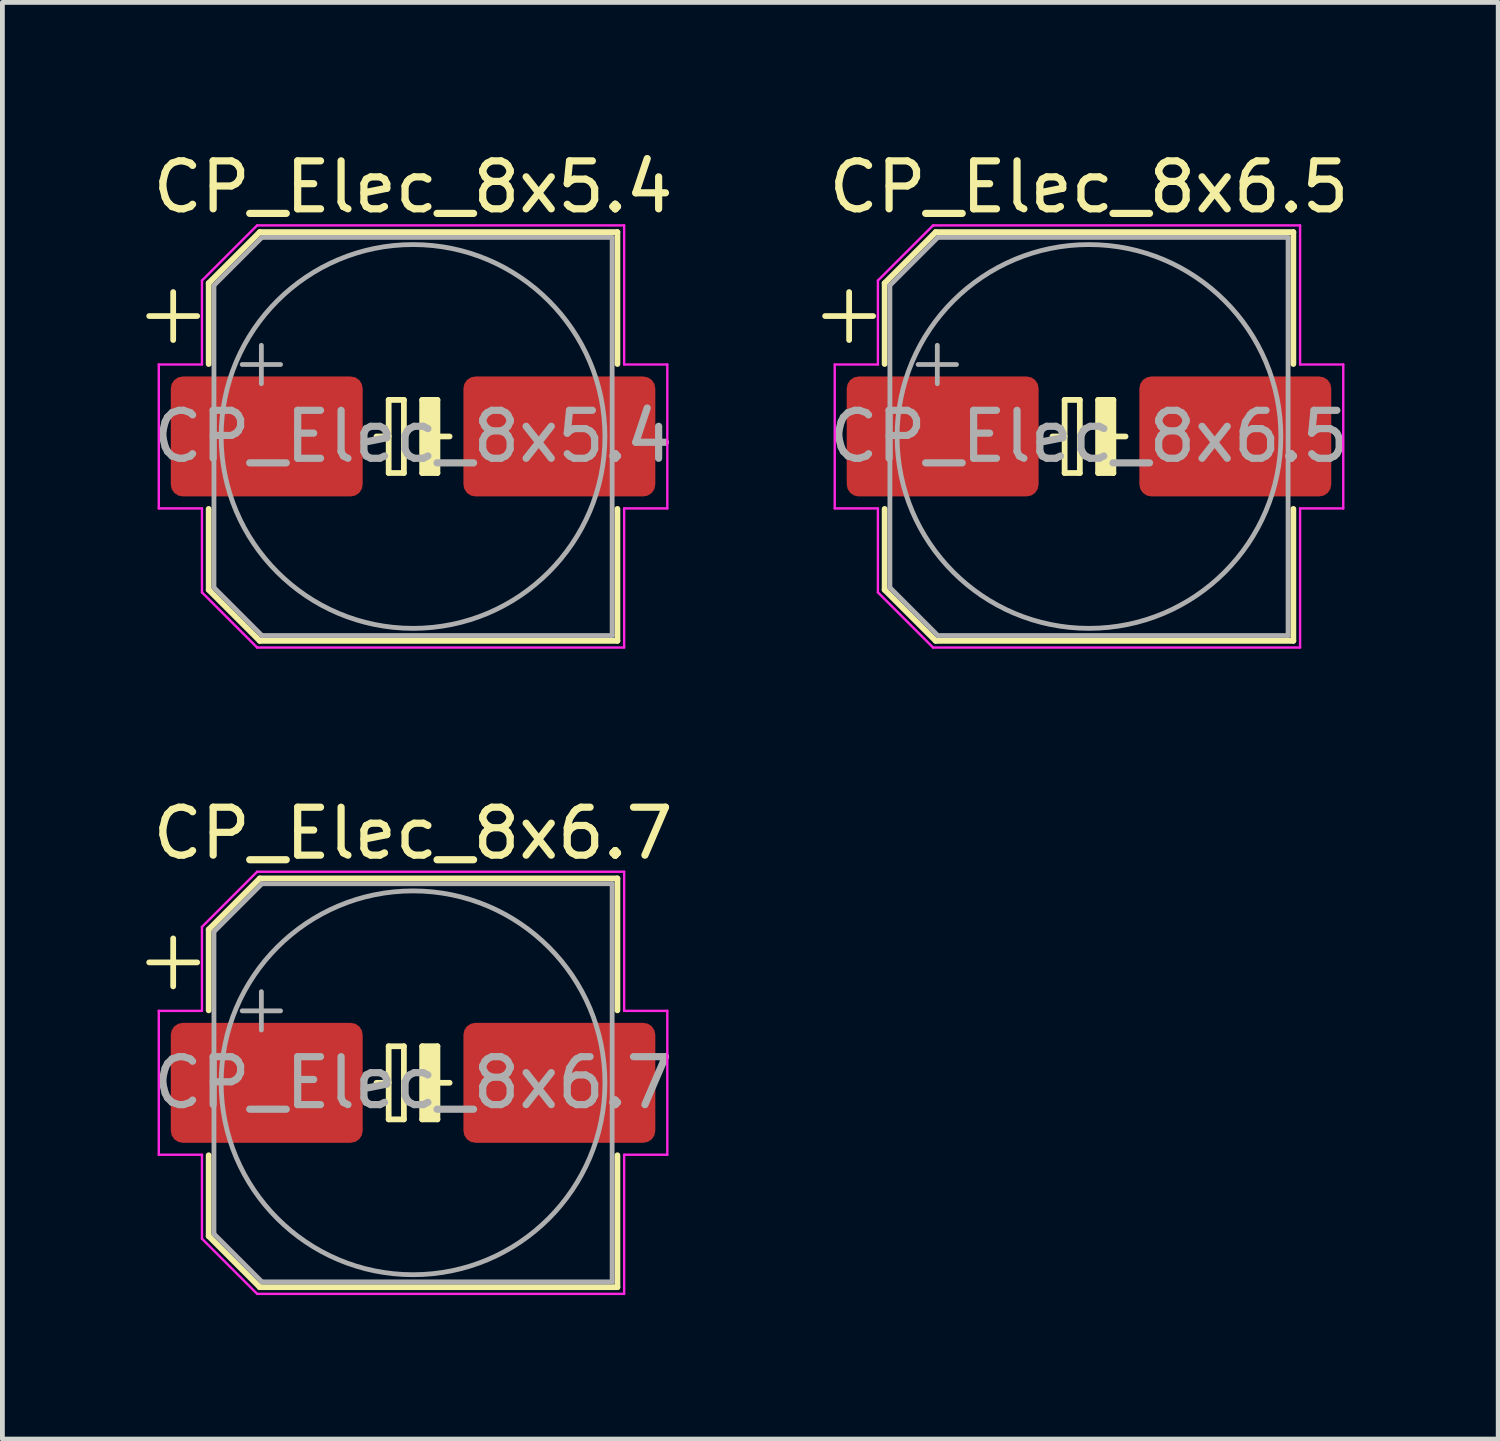
<source format=kicad_pcb>
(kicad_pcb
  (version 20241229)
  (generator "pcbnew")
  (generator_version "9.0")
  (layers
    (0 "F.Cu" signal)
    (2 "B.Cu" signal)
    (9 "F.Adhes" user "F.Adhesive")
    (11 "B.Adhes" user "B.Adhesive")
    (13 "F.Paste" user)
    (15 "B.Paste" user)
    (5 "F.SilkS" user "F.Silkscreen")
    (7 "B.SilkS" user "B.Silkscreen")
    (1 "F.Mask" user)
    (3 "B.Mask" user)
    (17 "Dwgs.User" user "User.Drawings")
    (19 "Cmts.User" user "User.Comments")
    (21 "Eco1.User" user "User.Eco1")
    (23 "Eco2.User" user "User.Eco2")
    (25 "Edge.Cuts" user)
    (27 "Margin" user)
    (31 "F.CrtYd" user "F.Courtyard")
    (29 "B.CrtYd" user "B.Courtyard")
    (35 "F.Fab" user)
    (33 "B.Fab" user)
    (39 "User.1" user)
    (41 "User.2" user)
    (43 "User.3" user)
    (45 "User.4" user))
  (footprint "CP_Elec_8x6.5"
    (layer "F.Cu")
    (at 19.65 6.048)
    (property "Reference" "CP_Elec_8x6.5" (at 0 -5.2 0) (layer "F.SilkS") (effects (font (size 1 1) (thickness 0.15))))
    (attr smd)
    (fp_line (start -5.5 -2.51) (end -4.5 -2.51) (stroke (width 0.12) (type solid)) (layer "F.SilkS"))
    (fp_line (start -5 -3.01) (end -5 -2.01) (stroke (width 0.12) (type solid)) (layer "F.SilkS"))
    (fp_line (start -4.26 -3.196) (end -4.26 -1.51) (stroke (width 0.12) (type solid)) (layer "F.SilkS"))
    (fp_line (start -4.26 -3.196) (end -3.196 -4.26) (stroke (width 0.12) (type solid)) (layer "F.SilkS"))
    (fp_line (start -4.26 3.196) (end -4.26 1.51) (stroke (width 0.12) (type solid)) (layer "F.SilkS"))
    (fp_line (start -4.26 3.196) (end -3.196 4.26) (stroke (width 0.12) (type solid)) (layer "F.SilkS"))
    (fp_line (start -3.196 -4.26) (end 4.26 -4.26) (stroke (width 0.12) (type solid)) (layer "F.SilkS"))
    (fp_line (start -3.196 4.26) (end 4.26 4.26) (stroke (width 0.12) (type solid)) (layer "F.SilkS"))
    (fp_line (start -0.508 0) (end -0.762 0) (stroke (width 0.12) (type solid)) (layer "F.SilkS"))
    (fp_line (start -0.508 0.762) (end -0.508 -0.762) (stroke (width 0.12) (type solid)) (layer "F.SilkS"))
    (fp_line (start -0.508 0.762) (end -0.191 0.762) (stroke (width 0.12) (type solid)) (layer "F.SilkS"))
    (fp_line (start -0.191 -0.762) (end -0.508 -0.762) (stroke (width 0.12) (type solid)) (layer "F.SilkS"))
    (fp_line (start -0.191 -0.762) (end -0.191 0.762) (stroke (width 0.12) (type solid)) (layer "F.SilkS"))
    (fp_line (start 0.191 -0.762) (end 0.191 -0.191) (stroke (width 0.12) (type solid)) (layer "F.SilkS"))
    (fp_line (start 0.191 -0.254) (end 0.191 0.762) (stroke (width 0.12) (type solid)) (layer "F.SilkS"))
    (fp_line (start 0.191 0.762) (end 0.508 0.762) (stroke (width 0.12) (type solid)) (layer "F.SilkS"))
    (fp_line (start 0.508 -0.762) (end 0.191 -0.762) (stroke (width 0.12) (type solid)) (layer "F.SilkS"))
    (fp_line (start 0.508 0) (end 0.762 0) (stroke (width 0.12) (type solid)) (layer "F.SilkS"))
    (fp_line (start 0.508 0.762) (end 0.508 -0.762) (stroke (width 0.12) (type solid)) (layer "F.SilkS"))
    (fp_line (start 4.26 -4.26) (end 4.26 -1.51) (stroke (width 0.12) (type solid)) (layer "F.SilkS"))
    (fp_line (start 4.26 4.26) (end 4.26 1.51) (stroke (width 0.12) (type solid)) (layer "F.SilkS"))
    (fp_poly (pts (xy 0.508 0.762) (xy 0.191 0.762) (xy 0.191 -0.762) (xy 0.508 -0.762)) (stroke (width 0.1) (type solid)) (fill yes) (layer "F.SilkS"))
    (fp_line (start -5.3 -1.5) (end -5.3 1.5) (stroke (width 0.05) (type solid)) (layer "F.CrtYd"))
    (fp_line (start -5.3 1.5) (end -4.4 1.5) (stroke (width 0.05) (type solid)) (layer "F.CrtYd"))
    (fp_line (start -4.4 -3.25) (end -4.4 -1.5) (stroke (width 0.05) (type solid)) (layer "F.CrtYd"))
    (fp_line (start -4.4 -3.25) (end -3.25 -4.4) (stroke (width 0.05) (type solid)) (layer "F.CrtYd"))
    (fp_line (start -4.4 -1.5) (end -5.3 -1.5) (stroke (width 0.05) (type solid)) (layer "F.CrtYd"))
    (fp_line (start -4.4 1.5) (end -4.4 3.25) (stroke (width 0.05) (type solid)) (layer "F.CrtYd"))
    (fp_line (start -4.4 3.25) (end -3.25 4.4) (stroke (width 0.05) (type solid)) (layer "F.CrtYd"))
    (fp_line (start -3.25 -4.4) (end 4.4 -4.4) (stroke (width 0.05) (type solid)) (layer "F.CrtYd"))
    (fp_line (start -3.25 4.4) (end 4.4 4.4) (stroke (width 0.05) (type solid)) (layer "F.CrtYd"))
    (fp_line (start 4.4 -4.4) (end 4.4 -1.5) (stroke (width 0.05) (type solid)) (layer "F.CrtYd"))
    (fp_line (start 4.4 -1.5) (end 5.3 -1.5) (stroke (width 0.05) (type solid)) (layer "F.CrtYd"))
    (fp_line (start 4.4 1.5) (end 4.4 4.4) (stroke (width 0.05) (type solid)) (layer "F.CrtYd"))
    (fp_line (start 5.3 -1.5) (end 5.3 1.5) (stroke (width 0.05) (type solid)) (layer "F.CrtYd"))
    (fp_line (start 5.3 1.5) (end 4.4 1.5) (stroke (width 0.05) (type solid)) (layer "F.CrtYd"))
    (fp_line (start -4.15 -3.15) (end -4.15 3.15) (stroke (width 0.1) (type solid)) (layer "F.Fab"))
    (fp_line (start -4.15 -3.15) (end -3.15 -4.15) (stroke (width 0.1) (type solid)) (layer "F.Fab"))
    (fp_line (start -4.15 3.15) (end -3.15 4.15) (stroke (width 0.1) (type solid)) (layer "F.Fab"))
    (fp_line (start -3.562 -1.5) (end -2.762 -1.5) (stroke (width 0.1) (type solid)) (layer "F.Fab"))
    (fp_line (start -3.162 -1.9) (end -3.162 -1.1) (stroke (width 0.1) (type solid)) (layer "F.Fab"))
    (fp_line (start -3.15 -4.15) (end 4.15 -4.15) (stroke (width 0.1) (type solid)) (layer "F.Fab"))
    (fp_line (start -3.15 4.15) (end 4.15 4.15) (stroke (width 0.1) (type solid)) (layer "F.Fab"))
    (fp_line (start 4.15 -4.15) (end 4.15 4.15) (stroke (width 0.1) (type solid)) (layer "F.Fab"))
    (fp_circle (center 0 0) (end 4 0) (stroke (width 0.1) (type solid)) (fill no) (layer "F.Fab"))
    (fp_text user "${REFERENCE}" (at 0 0 0) (layer "F.Fab") (effects (font (size 1 1) (thickness 0.15))))
    (pad "1" smd roundrect (at -3.05 0) (size 4 2.5) (layers "F.Cu" "F.Mask" "F.Paste") (roundrect_rratio 0.1))
    (pad "2" smd roundrect (at 3.05 0) (size 4 2.5) (layers "F.Cu" "F.Mask" "F.Paste") (roundrect_rratio 0.1)))
  (footprint "CP_Elec_8x5.4"
    (layer "F.Cu")
    (at 5.56 6.048)
    (property "Reference" "CP_Elec_8x5.4" (at 0 -5.2 0) (layer "F.SilkS") (effects (font (size 1 1) (thickness 0.15))))
    (attr smd)
    (fp_line (start -5.5 -2.51) (end -4.5 -2.51) (stroke (width 0.12) (type solid)) (layer "F.SilkS"))
    (fp_line (start -5 -3.01) (end -5 -2.01) (stroke (width 0.12) (type solid)) (layer "F.SilkS"))
    (fp_line (start -4.26 -3.196) (end -4.26 -1.51) (stroke (width 0.12) (type solid)) (layer "F.SilkS"))
    (fp_line (start -4.26 -3.196) (end -3.196 -4.26) (stroke (width 0.12) (type solid)) (layer "F.SilkS"))
    (fp_line (start -4.26 3.196) (end -4.26 1.51) (stroke (width 0.12) (type solid)) (layer "F.SilkS"))
    (fp_line (start -4.26 3.196) (end -3.196 4.26) (stroke (width 0.12) (type solid)) (layer "F.SilkS"))
    (fp_line (start -3.196 -4.26) (end 4.26 -4.26) (stroke (width 0.12) (type solid)) (layer "F.SilkS"))
    (fp_line (start -3.196 4.26) (end 4.26 4.26) (stroke (width 0.12) (type solid)) (layer "F.SilkS"))
    (fp_line (start -0.508 0) (end -0.762 0) (stroke (width 0.12) (type solid)) (layer "F.SilkS"))
    (fp_line (start -0.508 0.762) (end -0.508 -0.762) (stroke (width 0.12) (type solid)) (layer "F.SilkS"))
    (fp_line (start -0.508 0.762) (end -0.191 0.762) (stroke (width 0.12) (type solid)) (layer "F.SilkS"))
    (fp_line (start -0.191 -0.762) (end -0.508 -0.762) (stroke (width 0.12) (type solid)) (layer "F.SilkS"))
    (fp_line (start -0.191 -0.762) (end -0.191 0.762) (stroke (width 0.12) (type solid)) (layer "F.SilkS"))
    (fp_line (start 0.191 -0.762) (end 0.191 -0.191) (stroke (width 0.12) (type solid)) (layer "F.SilkS"))
    (fp_line (start 0.191 -0.254) (end 0.191 0.762) (stroke (width 0.12) (type solid)) (layer "F.SilkS"))
    (fp_line (start 0.191 0.762) (end 0.508 0.762) (stroke (width 0.12) (type solid)) (layer "F.SilkS"))
    (fp_line (start 0.508 -0.762) (end 0.191 -0.762) (stroke (width 0.12) (type solid)) (layer "F.SilkS"))
    (fp_line (start 0.508 0) (end 0.762 0) (stroke (width 0.12) (type solid)) (layer "F.SilkS"))
    (fp_line (start 0.508 0.762) (end 0.508 -0.762) (stroke (width 0.12) (type solid)) (layer "F.SilkS"))
    (fp_line (start 4.26 -4.26) (end 4.26 -1.51) (stroke (width 0.12) (type solid)) (layer "F.SilkS"))
    (fp_line (start 4.26 4.26) (end 4.26 1.51) (stroke (width 0.12) (type solid)) (layer "F.SilkS"))
    (fp_poly (pts (xy 0.508 0.762) (xy 0.191 0.762) (xy 0.191 -0.762) (xy 0.508 -0.762)) (stroke (width 0.1) (type solid)) (fill yes) (layer "F.SilkS"))
    (fp_line (start -5.3 -1.5) (end -5.3 1.5) (stroke (width 0.05) (type solid)) (layer "F.CrtYd"))
    (fp_line (start -5.3 1.5) (end -4.4 1.5) (stroke (width 0.05) (type solid)) (layer "F.CrtYd"))
    (fp_line (start -4.4 -3.25) (end -4.4 -1.5) (stroke (width 0.05) (type solid)) (layer "F.CrtYd"))
    (fp_line (start -4.4 -3.25) (end -3.25 -4.4) (stroke (width 0.05) (type solid)) (layer "F.CrtYd"))
    (fp_line (start -4.4 -1.5) (end -5.3 -1.5) (stroke (width 0.05) (type solid)) (layer "F.CrtYd"))
    (fp_line (start -4.4 1.5) (end -4.4 3.25) (stroke (width 0.05) (type solid)) (layer "F.CrtYd"))
    (fp_line (start -4.4 3.25) (end -3.25 4.4) (stroke (width 0.05) (type solid)) (layer "F.CrtYd"))
    (fp_line (start -3.25 -4.4) (end 4.4 -4.4) (stroke (width 0.05) (type solid)) (layer "F.CrtYd"))
    (fp_line (start -3.25 4.4) (end 4.4 4.4) (stroke (width 0.05) (type solid)) (layer "F.CrtYd"))
    (fp_line (start 4.4 -4.4) (end 4.4 -1.5) (stroke (width 0.05) (type solid)) (layer "F.CrtYd"))
    (fp_line (start 4.4 -1.5) (end 5.3 -1.5) (stroke (width 0.05) (type solid)) (layer "F.CrtYd"))
    (fp_line (start 4.4 1.5) (end 4.4 4.4) (stroke (width 0.05) (type solid)) (layer "F.CrtYd"))
    (fp_line (start 5.3 -1.5) (end 5.3 1.5) (stroke (width 0.05) (type solid)) (layer "F.CrtYd"))
    (fp_line (start 5.3 1.5) (end 4.4 1.5) (stroke (width 0.05) (type solid)) (layer "F.CrtYd"))
    (fp_line (start -4.15 -3.15) (end -4.15 3.15) (stroke (width 0.1) (type solid)) (layer "F.Fab"))
    (fp_line (start -4.15 -3.15) (end -3.15 -4.15) (stroke (width 0.1) (type solid)) (layer "F.Fab"))
    (fp_line (start -4.15 3.15) (end -3.15 4.15) (stroke (width 0.1) (type solid)) (layer "F.Fab"))
    (fp_line (start -3.562 -1.5) (end -2.762 -1.5) (stroke (width 0.1) (type solid)) (layer "F.Fab"))
    (fp_line (start -3.162 -1.9) (end -3.162 -1.1) (stroke (width 0.1) (type solid)) (layer "F.Fab"))
    (fp_line (start -3.15 -4.15) (end 4.15 -4.15) (stroke (width 0.1) (type solid)) (layer "F.Fab"))
    (fp_line (start -3.15 4.15) (end 4.15 4.15) (stroke (width 0.1) (type solid)) (layer "F.Fab"))
    (fp_line (start 4.15 -4.15) (end 4.15 4.15) (stroke (width 0.1) (type solid)) (layer "F.Fab"))
    (fp_circle (center 0 0) (end 4 0) (stroke (width 0.1) (type solid)) (fill no) (layer "F.Fab"))
    (fp_text user "${REFERENCE}" (at 0 0 0) (layer "F.Fab") (effects (font (size 1 1) (thickness 0.15))))
    (pad "1" smd roundrect (at -3.05 0) (size 4 2.5) (layers "F.Cu" "F.Mask" "F.Paste") (roundrect_rratio 0.1))
    (pad "2" smd roundrect (at 3.05 0) (size 4 2.5) (layers "F.Cu" "F.Mask" "F.Paste") (roundrect_rratio 0.1)))
  (footprint "CP_Elec_8x6.7"
    (layer "F.Cu")
    (at 5.56 19.521)
    (property "Reference" "CP_Elec_8x6.7" (at 0 -5.2 0) (layer "F.SilkS") (effects (font (size 1 1) (thickness 0.15))))
    (attr smd)
    (fp_line (start -5.5 -2.51) (end -4.5 -2.51) (stroke (width 0.12) (type solid)) (layer "F.SilkS"))
    (fp_line (start -5 -3.01) (end -5 -2.01) (stroke (width 0.12) (type solid)) (layer "F.SilkS"))
    (fp_line (start -4.26 -3.196) (end -4.26 -1.51) (stroke (width 0.12) (type solid)) (layer "F.SilkS"))
    (fp_line (start -4.26 -3.196) (end -3.196 -4.26) (stroke (width 0.12) (type solid)) (layer "F.SilkS"))
    (fp_line (start -4.26 3.196) (end -4.26 1.51) (stroke (width 0.12) (type solid)) (layer "F.SilkS"))
    (fp_line (start -4.26 3.196) (end -3.196 4.26) (stroke (width 0.12) (type solid)) (layer "F.SilkS"))
    (fp_line (start -3.196 -4.26) (end 4.26 -4.26) (stroke (width 0.12) (type solid)) (layer "F.SilkS"))
    (fp_line (start -3.196 4.26) (end 4.26 4.26) (stroke (width 0.12) (type solid)) (layer "F.SilkS"))
    (fp_line (start -0.508 0) (end -0.762 0) (stroke (width 0.12) (type solid)) (layer "F.SilkS"))
    (fp_line (start -0.508 0.762) (end -0.508 -0.762) (stroke (width 0.12) (type solid)) (layer "F.SilkS"))
    (fp_line (start -0.508 0.762) (end -0.191 0.762) (stroke (width 0.12) (type solid)) (layer "F.SilkS"))
    (fp_line (start -0.191 -0.762) (end -0.508 -0.762) (stroke (width 0.12) (type solid)) (layer "F.SilkS"))
    (fp_line (start -0.191 -0.762) (end -0.191 0.762) (stroke (width 0.12) (type solid)) (layer "F.SilkS"))
    (fp_line (start 0.191 -0.762) (end 0.191 -0.191) (stroke (width 0.12) (type solid)) (layer "F.SilkS"))
    (fp_line (start 0.191 -0.254) (end 0.191 0.762) (stroke (width 0.12) (type solid)) (layer "F.SilkS"))
    (fp_line (start 0.191 0.762) (end 0.508 0.762) (stroke (width 0.12) (type solid)) (layer "F.SilkS"))
    (fp_line (start 0.508 -0.762) (end 0.191 -0.762) (stroke (width 0.12) (type solid)) (layer "F.SilkS"))
    (fp_line (start 0.508 0) (end 0.762 0) (stroke (width 0.12) (type solid)) (layer "F.SilkS"))
    (fp_line (start 0.508 0.762) (end 0.508 -0.762) (stroke (width 0.12) (type solid)) (layer "F.SilkS"))
    (fp_line (start 4.26 -4.26) (end 4.26 -1.51) (stroke (width 0.12) (type solid)) (layer "F.SilkS"))
    (fp_line (start 4.26 4.26) (end 4.26 1.51) (stroke (width 0.12) (type solid)) (layer "F.SilkS"))
    (fp_poly (pts (xy 0.508 0.762) (xy 0.191 0.762) (xy 0.191 -0.762) (xy 0.508 -0.762)) (stroke (width 0.1) (type solid)) (fill yes) (layer "F.SilkS"))
    (fp_line (start -5.3 -1.5) (end -5.3 1.5) (stroke (width 0.05) (type solid)) (layer "F.CrtYd"))
    (fp_line (start -5.3 1.5) (end -4.4 1.5) (stroke (width 0.05) (type solid)) (layer "F.CrtYd"))
    (fp_line (start -4.4 -3.25) (end -4.4 -1.5) (stroke (width 0.05) (type solid)) (layer "F.CrtYd"))
    (fp_line (start -4.4 -3.25) (end -3.25 -4.4) (stroke (width 0.05) (type solid)) (layer "F.CrtYd"))
    (fp_line (start -4.4 -1.5) (end -5.3 -1.5) (stroke (width 0.05) (type solid)) (layer "F.CrtYd"))
    (fp_line (start -4.4 1.5) (end -4.4 3.25) (stroke (width 0.05) (type solid)) (layer "F.CrtYd"))
    (fp_line (start -4.4 3.25) (end -3.25 4.4) (stroke (width 0.05) (type solid)) (layer "F.CrtYd"))
    (fp_line (start -3.25 -4.4) (end 4.4 -4.4) (stroke (width 0.05) (type solid)) (layer "F.CrtYd"))
    (fp_line (start -3.25 4.4) (end 4.4 4.4) (stroke (width 0.05) (type solid)) (layer "F.CrtYd"))
    (fp_line (start 4.4 -4.4) (end 4.4 -1.5) (stroke (width 0.05) (type solid)) (layer "F.CrtYd"))
    (fp_line (start 4.4 -1.5) (end 5.3 -1.5) (stroke (width 0.05) (type solid)) (layer "F.CrtYd"))
    (fp_line (start 4.4 1.5) (end 4.4 4.4) (stroke (width 0.05) (type solid)) (layer "F.CrtYd"))
    (fp_line (start 5.3 -1.5) (end 5.3 1.5) (stroke (width 0.05) (type solid)) (layer "F.CrtYd"))
    (fp_line (start 5.3 1.5) (end 4.4 1.5) (stroke (width 0.05) (type solid)) (layer "F.CrtYd"))
    (fp_line (start -4.15 -3.15) (end -4.15 3.15) (stroke (width 0.1) (type solid)) (layer "F.Fab"))
    (fp_line (start -4.15 -3.15) (end -3.15 -4.15) (stroke (width 0.1) (type solid)) (layer "F.Fab"))
    (fp_line (start -4.15 3.15) (end -3.15 4.15) (stroke (width 0.1) (type solid)) (layer "F.Fab"))
    (fp_line (start -3.562 -1.5) (end -2.762 -1.5) (stroke (width 0.1) (type solid)) (layer "F.Fab"))
    (fp_line (start -3.162 -1.9) (end -3.162 -1.1) (stroke (width 0.1) (type solid)) (layer "F.Fab"))
    (fp_line (start -3.15 -4.15) (end 4.15 -4.15) (stroke (width 0.1) (type solid)) (layer "F.Fab"))
    (fp_line (start -3.15 4.15) (end 4.15 4.15) (stroke (width 0.1) (type solid)) (layer "F.Fab"))
    (fp_line (start 4.15 -4.15) (end 4.15 4.15) (stroke (width 0.1) (type solid)) (layer "F.Fab"))
    (fp_circle (center 0 0) (end 4 0) (stroke (width 0.1) (type solid)) (fill no) (layer "F.Fab"))
    (fp_text user "${REFERENCE}" (at 0 0 0) (layer "F.Fab") (effects (font (size 1 1) (thickness 0.15))))
    (pad "1" smd roundrect (at -3.05 0) (size 4 2.5) (layers "F.Cu" "F.Mask" "F.Paste") (roundrect_rratio 0.1))
    (pad "2" smd roundrect (at 3.05 0) (size 4 2.5) (layers "F.Cu" "F.Mask" "F.Paste") (roundrect_rratio 0.1)))
  (gr_rect
    (start -3 -3)
    (end 28.18 26.947)
    (stroke (width 0.1) (type default))
    (fill no)
    (layer "Edge.Cuts")))
</source>
